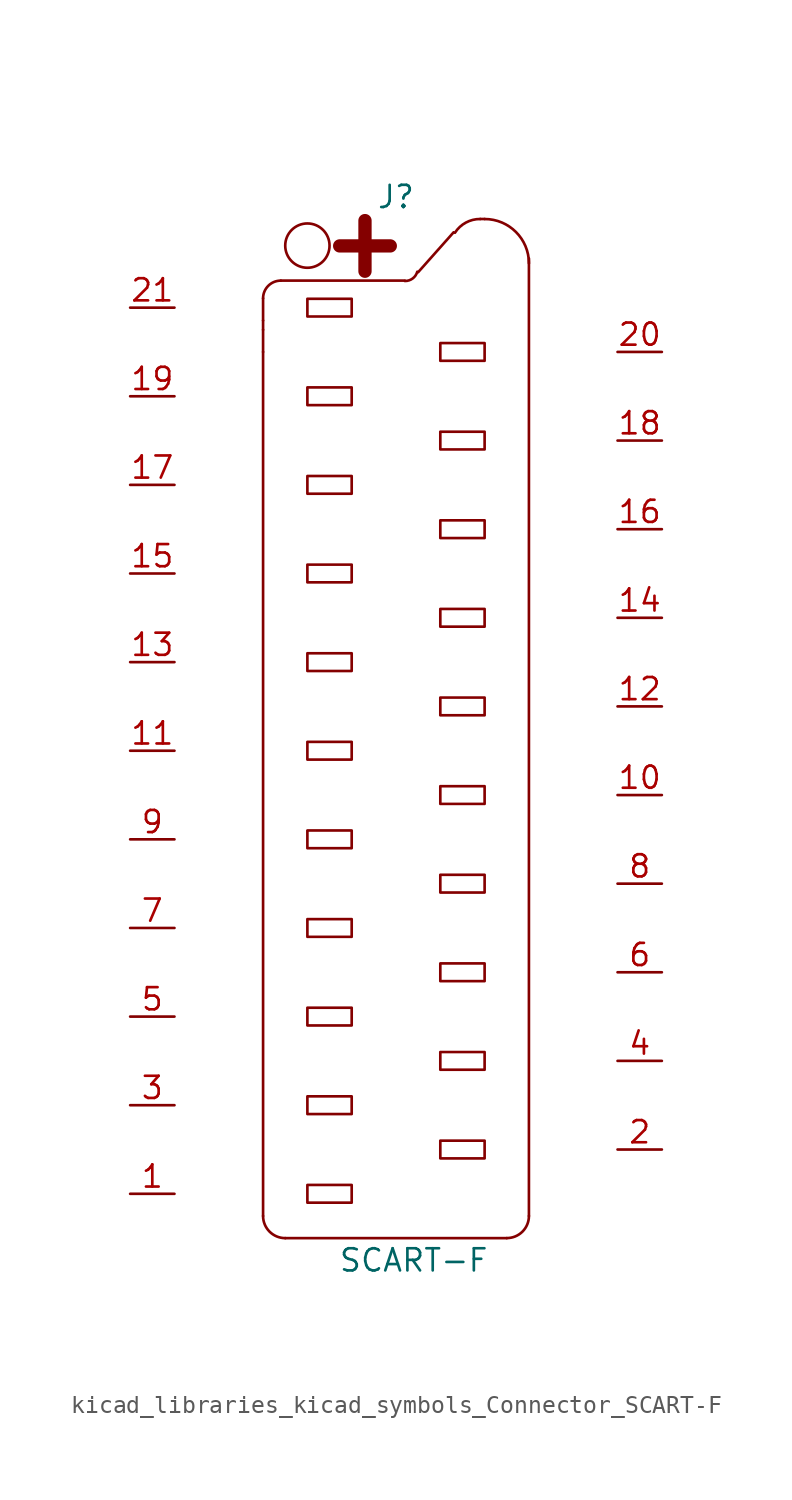
<source format=kicad_sym>
(kicad_symbol_lib
  (version 20220914)
  (generator kicad_symbol_editor)
  (symbol "kicad_libraries_kicad_symbols_Connector_SCART-F"
    (pin_names
      (offset 0.762) hide)
    (property "Reference" "J"
      (at 0 31.75 0)
      (effects (font (size 1.27 1.27))))
    (property "Value" "SCART-F"
      (at 1.016 -29.21 0)
      (effects (font (size 1.27 1.27))))
    (symbol "kicad_libraries_kicad_symbols_Connector_SCART-F_0_1"
      (arc (start -7.62 -26.67) (mid -7.248 -27.568) (end -6.35 -27.94) (stroke (width 0) (type default)) (fill (type none)))
      (arc (start -6.604 26.9494) (mid -7.3224 26.6518) (end -7.62 25.9334) (stroke (width 0) (type default)) (fill (type none)))
      (rectangle (start -5.08 -24.892) (end -2.54 -25.908) (stroke (width 0) (type default)) (fill (type none)))
      (rectangle (start -5.08 -19.812) (end -2.54 -20.828) (stroke (width 0) (type default)) (fill (type none)))
      (rectangle (start -5.08 -14.732) (end -2.54 -15.748) (stroke (width 0) (type default)) (fill (type none)))
      (rectangle (start -5.08 -9.652) (end -2.54 -10.668) (stroke (width 0) (type default)) (fill (type none)))
      (rectangle (start -5.08 -4.572) (end -2.54 -5.588) (stroke (width 0) (type default)) (fill (type none)))
      (rectangle (start -5.08 0.508) (end -2.54 -0.508) (stroke (width 0) (type default)) (fill (type none)))
      (rectangle (start -5.08 5.588) (end -2.54 4.572) (stroke (width 0) (type default)) (fill (type none)))
      (rectangle (start -5.08 10.668) (end -2.54 9.652) (stroke (width 0) (type default)) (fill (type none)))
      (rectangle (start -5.08 15.748) (end -2.54 14.732) (stroke (width 0) (type default)) (fill (type none)))
      (rectangle (start -5.08 20.828) (end -2.54 19.812) (stroke (width 0) (type default)) (fill (type none)))
      (rectangle (start -5.08 25.908) (end -2.54 24.892) (stroke (width 0) (type default)) (fill (type none)))
      (circle (center -5.08 28.956) (radius 1.27) (stroke (width 0) (type default)) (fill (type none)))
      (polyline (pts (xy -7.62 22.86) (xy -7.62 -26.67)) (stroke (width 0) (type default)) (fill (type none)))
      (polyline (pts (xy -7.62 22.86) (xy -7.62 24.13)) (stroke (width 0) (type default)) (fill (type none)))
      (polyline (pts (xy -7.62 24.663) (xy -7.62 24.13)) (stroke (width 0) (type default)) (fill (type none)))
      (polyline (pts (xy -7.62 24.663) (xy -7.62 25.933)) (stroke (width 0) (type default)) (fill (type none)))
      (polyline (pts (xy -6.604 26.949) (xy 0.508 26.949)) (stroke (width 0) (type default)) (fill (type none)))
      (polyline (pts (xy -6.35 -27.94) (xy 6.35 -27.94)) (stroke (width 0) (type default)) (fill (type none)))
      (polyline (pts (xy 3.302 29.718) (xy 1.27 27.432)) (stroke (width 0) (type default)) (fill (type none)))
      (polyline (pts (xy 4.826 30.48) (xy 5.08 30.48)) (stroke (width 0) (type default)) (fill (type none)))
      (polyline (pts (xy 7.62 -26.67) (xy 7.62 28.219)) (stroke (width 0) (type default)) (fill (type none)))
      (arc (start 0.508 26.924) (mid 0.9569 27.0702) (end 1.2192 27.4574) (stroke (width 0) (type default)) (fill (type none)))
      (rectangle (start 2.54 -22.352) (end 5.08 -23.368) (stroke (width 0) (type default)) (fill (type none)))
      (rectangle (start 2.54 -17.272) (end 5.08 -18.288) (stroke (width 0) (type default)) (fill (type none)))
      (rectangle (start 2.54 -12.192) (end 5.08 -13.208) (stroke (width 0) (type default)) (fill (type none)))
      (rectangle (start 2.54 -7.112) (end 5.08 -8.128) (stroke (width 0) (type default)) (fill (type none)))
      (rectangle (start 2.54 -2.032) (end 5.08 -3.048) (stroke (width 0) (type default)) (fill (type none)))
      (rectangle (start 2.54 3.048) (end 5.08 2.032) (stroke (width 0) (type default)) (fill (type none)))
      (rectangle (start 2.54 8.128) (end 5.08 7.112) (stroke (width 0) (type default)) (fill (type none)))
      (rectangle (start 2.54 13.208) (end 5.08 12.192) (stroke (width 0) (type default)) (fill (type none)))
      (rectangle (start 2.54 18.288) (end 5.08 17.272) (stroke (width 0) (type default)) (fill (type none)))
      (rectangle (start 2.54 23.368) (end 5.08 22.352) (stroke (width 0) (type default)) (fill (type none)))
      (arc (start 4.826 30.48) (mid 3.999 30.2726) (end 3.3782 29.6926) (stroke (width 0) (type default)) (fill (type none)))
      (arc (start 6.35 -27.94) (mid 7.248 -27.568) (end 7.62 -26.67) (stroke (width 0) (type default)) (fill (type none)))
      (arc (start 7.62 27.94) (mid 6.8761 29.7361) (end 5.08 30.48) (stroke (width 0) (type default)) (fill (type none)))
      (text "+" (at -1.778 29.21 0) (effects (font (size 3.81 3.81) bold))))
    (symbol "kicad_libraries_kicad_symbols_Connector_SCART-F_1_1"
      (pin passive line (at -15.24 -25.4 0) (length 2.54) (name "P1" (effects (font (size 1.27 1.27)))) (number "1" (effects (font (size 1.27 1.27)))))
      (pin passive line (at 15.24 -2.54 180) (length 2.54) (name "P10" (effects (font (size 1.27 1.27)))) (number "10" (effects (font (size 1.27 1.27)))))
      (pin passive line (at -15.24 0 0) (length 2.54) (name "P11" (effects (font (size 1.27 1.27)))) (number "11" (effects (font (size 1.27 1.27)))))
      (pin passive line (at 15.24 2.54 180) (length 2.54) (name "P12" (effects (font (size 1.27 1.27)))) (number "12" (effects (font (size 1.27 1.27)))))
      (pin passive line (at -15.24 5.08 0) (length 2.54) (name "P13" (effects (font (size 1.27 1.27)))) (number "13" (effects (font (size 1.27 1.27)))))
      (pin passive line (at 15.24 7.62 180) (length 2.54) (name "P14" (effects (font (size 1.27 1.27)))) (number "14" (effects (font (size 1.27 1.27)))))
      (pin passive line (at -15.24 10.16 0) (length 2.54) (name "P15" (effects (font (size 1.27 1.27)))) (number "15" (effects (font (size 1.27 1.27)))))
      (pin passive line (at 15.24 12.7 180) (length 2.54) (name "P16" (effects (font (size 1.27 1.27)))) (number "16" (effects (font (size 1.27 1.27)))))
      (pin passive line (at -15.24 15.24 0) (length 2.54) (name "P17" (effects (font (size 1.27 1.27)))) (number "17" (effects (font (size 1.27 1.27)))))
      (pin passive line (at 15.24 17.78 180) (length 2.54) (name "P18" (effects (font (size 1.27 1.27)))) (number "18" (effects (font (size 1.27 1.27)))))
      (pin passive line (at -15.24 20.32 0) (length 2.54) (name "P19" (effects (font (size 1.27 1.27)))) (number "19" (effects (font (size 1.27 1.27)))))
      (pin passive line (at 15.24 -22.86 180) (length 2.54) (name "P2" (effects (font (size 1.27 1.27)))) (number "2" (effects (font (size 1.27 1.27)))))
      (pin passive line (at 15.24 22.86 180) (length 2.54) (name "P20" (effects (font (size 1.27 1.27)))) (number "20" (effects (font (size 1.27 1.27)))))
      (pin passive line (at -15.24 25.4 0) (length 2.54) (name "P21" (effects (font (size 1.27 1.27)))) (number "21" (effects (font (size 1.27 1.27)))))
      (pin passive line (at -15.24 -20.32 0) (length 2.54) (name "P3" (effects (font (size 1.27 1.27)))) (number "3" (effects (font (size 1.27 1.27)))))
      (pin passive line (at 15.24 -17.78 180) (length 2.54) (name "P4" (effects (font (size 1.27 1.27)))) (number "4" (effects (font (size 1.27 1.27)))))
      (pin passive line (at -15.24 -15.24 0) (length 2.54) (name "P5" (effects (font (size 1.27 1.27)))) (number "5" (effects (font (size 1.27 1.27)))))
      (pin passive line (at 15.24 -12.7 180) (length 2.54) (name "P6" (effects (font (size 1.27 1.27)))) (number "6" (effects (font (size 1.27 1.27)))))
      (pin passive line (at -15.24 -10.16 0) (length 2.54) (name "P7" (effects (font (size 1.27 1.27)))) (number "7" (effects (font (size 1.27 1.27)))))
      (pin passive line (at 15.24 -7.62 180) (length 2.54) (name "P8" (effects (font (size 1.27 1.27)))) (number "8" (effects (font (size 1.27 1.27)))))
      (pin passive line (at -15.24 -5.08 0) (length 2.54) (name "P9" (effects (font (size 1.27 1.27)))) (number "9" (effects (font (size 1.27 1.27))))))))
</source>
